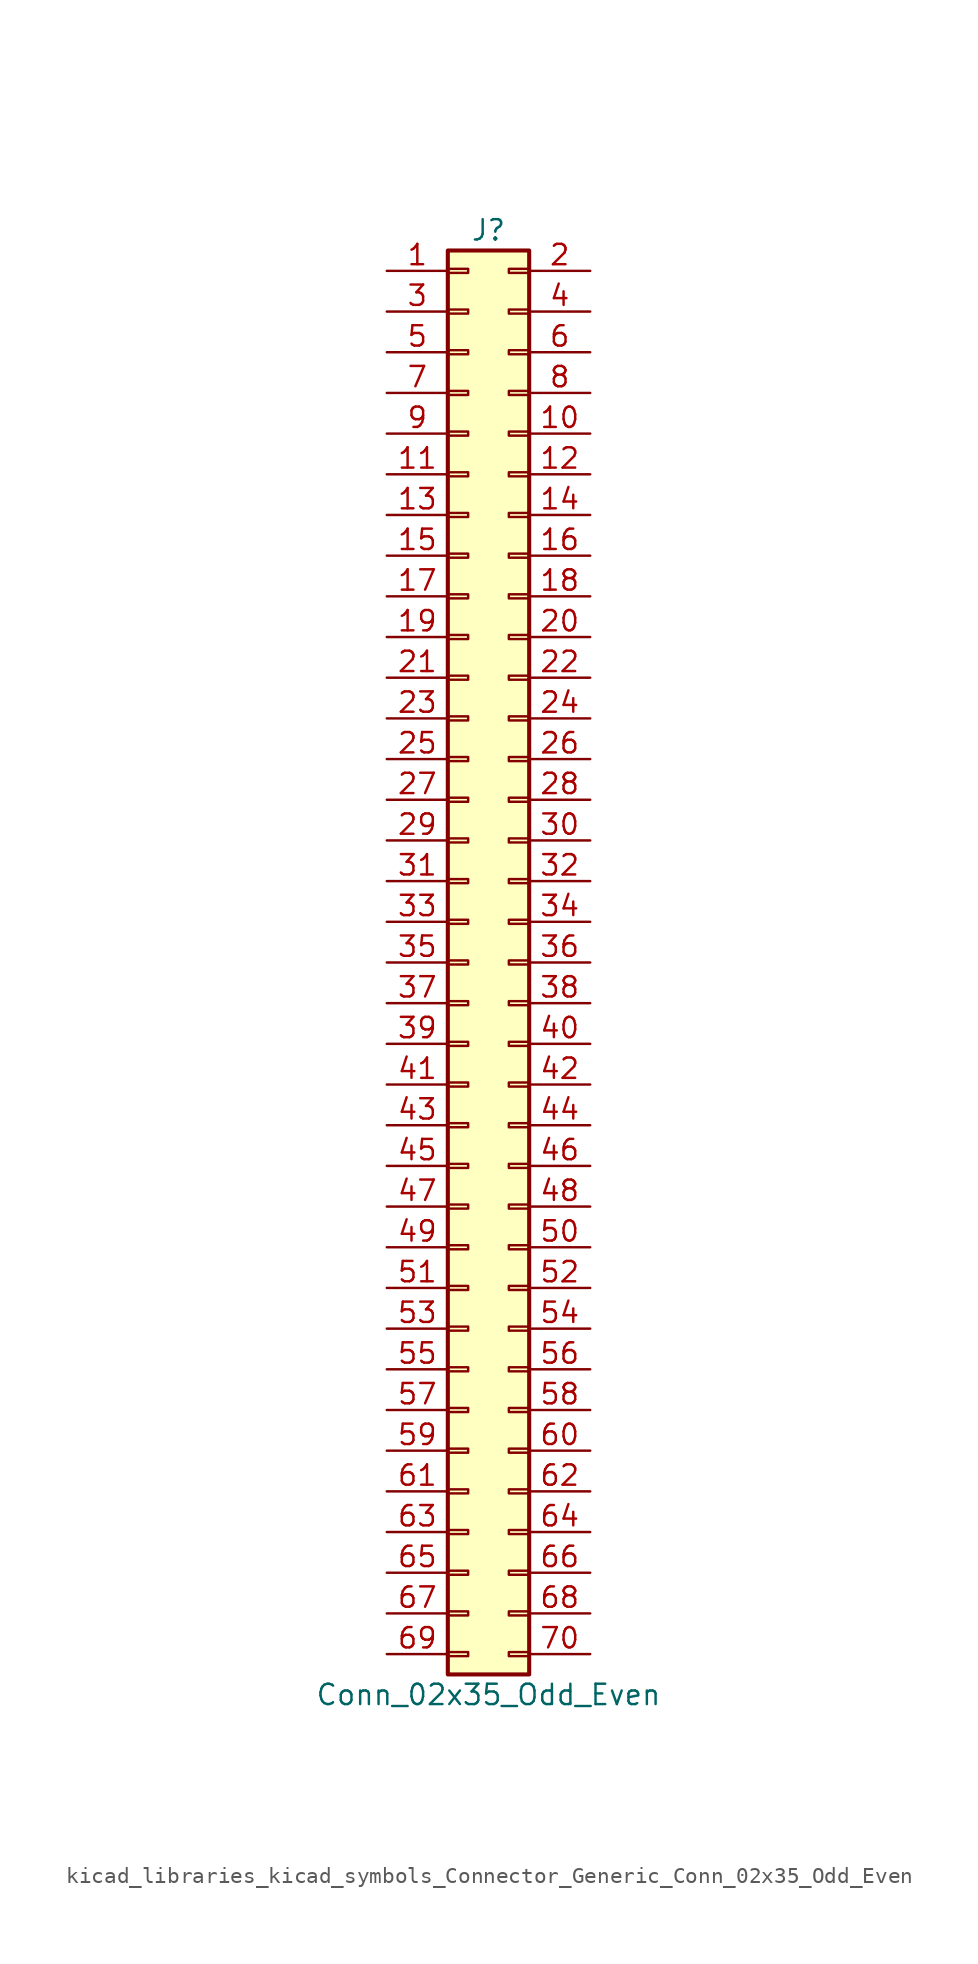
<source format=kicad_sym>
(kicad_symbol_lib
  (version 20220914)
  (generator kicad_symbol_editor)
  (symbol "kicad_libraries_kicad_symbols_Connector_Generic_Conn_02x35_Odd_Even"
    (pin_names
      (offset 1.016) hide)
    (property "Reference" "J"
      (at 1.27 45.72 0)
      (effects (font (size 1.27 1.27))))
    (property "Value" "Conn_02x35_Odd_Even"
      (at 1.27 -45.72 0)
      (effects (font (size 1.27 1.27))))
    (symbol "kicad_libraries_kicad_symbols_Connector_Generic_Conn_02x35_Odd_Even_1_1"
      (rectangle (start -1.27 -43.053) (end 0 -43.307) (stroke (width 0.152) (type default)) (fill (type none)))
      (rectangle (start -1.27 -40.513) (end 0 -40.767) (stroke (width 0.152) (type default)) (fill (type none)))
      (rectangle (start -1.27 -37.973) (end 0 -38.227) (stroke (width 0.152) (type default)) (fill (type none)))
      (rectangle (start -1.27 -35.433) (end 0 -35.687) (stroke (width 0.152) (type default)) (fill (type none)))
      (rectangle (start -1.27 -32.893) (end 0 -33.147) (stroke (width 0.152) (type default)) (fill (type none)))
      (rectangle (start -1.27 -30.353) (end 0 -30.607) (stroke (width 0.152) (type default)) (fill (type none)))
      (rectangle (start -1.27 -27.813) (end 0 -28.067) (stroke (width 0.152) (type default)) (fill (type none)))
      (rectangle (start -1.27 -25.273) (end 0 -25.527) (stroke (width 0.152) (type default)) (fill (type none)))
      (rectangle (start -1.27 -22.733) (end 0 -22.987) (stroke (width 0.152) (type default)) (fill (type none)))
      (rectangle (start -1.27 -20.193) (end 0 -20.447) (stroke (width 0.152) (type default)) (fill (type none)))
      (rectangle (start -1.27 -17.653) (end 0 -17.907) (stroke (width 0.152) (type default)) (fill (type none)))
      (rectangle (start -1.27 -15.113) (end 0 -15.367) (stroke (width 0.152) (type default)) (fill (type none)))
      (rectangle (start -1.27 -12.573) (end 0 -12.827) (stroke (width 0.152) (type default)) (fill (type none)))
      (rectangle (start -1.27 -10.033) (end 0 -10.287) (stroke (width 0.152) (type default)) (fill (type none)))
      (rectangle (start -1.27 -7.493) (end 0 -7.747) (stroke (width 0.152) (type default)) (fill (type none)))
      (rectangle (start -1.27 -4.953) (end 0 -5.207) (stroke (width 0.152) (type default)) (fill (type none)))
      (rectangle (start -1.27 -2.413) (end 0 -2.667) (stroke (width 0.152) (type default)) (fill (type none)))
      (rectangle (start -1.27 0.127) (end 0 -0.127) (stroke (width 0.152) (type default)) (fill (type none)))
      (rectangle (start -1.27 2.667) (end 0 2.413) (stroke (width 0.152) (type default)) (fill (type none)))
      (rectangle (start -1.27 5.207) (end 0 4.953) (stroke (width 0.152) (type default)) (fill (type none)))
      (rectangle (start -1.27 7.747) (end 0 7.493) (stroke (width 0.152) (type default)) (fill (type none)))
      (rectangle (start -1.27 10.287) (end 0 10.033) (stroke (width 0.152) (type default)) (fill (type none)))
      (rectangle (start -1.27 12.827) (end 0 12.573) (stroke (width 0.152) (type default)) (fill (type none)))
      (rectangle (start -1.27 15.367) (end 0 15.113) (stroke (width 0.152) (type default)) (fill (type none)))
      (rectangle (start -1.27 17.907) (end 0 17.653) (stroke (width 0.152) (type default)) (fill (type none)))
      (rectangle (start -1.27 20.447) (end 0 20.193) (stroke (width 0.152) (type default)) (fill (type none)))
      (rectangle (start -1.27 22.987) (end 0 22.733) (stroke (width 0.152) (type default)) (fill (type none)))
      (rectangle (start -1.27 25.527) (end 0 25.273) (stroke (width 0.152) (type default)) (fill (type none)))
      (rectangle (start -1.27 28.067) (end 0 27.813) (stroke (width 0.152) (type default)) (fill (type none)))
      (rectangle (start -1.27 30.607) (end 0 30.353) (stroke (width 0.152) (type default)) (fill (type none)))
      (rectangle (start -1.27 33.147) (end 0 32.893) (stroke (width 0.152) (type default)) (fill (type none)))
      (rectangle (start -1.27 35.687) (end 0 35.433) (stroke (width 0.152) (type default)) (fill (type none)))
      (rectangle (start -1.27 38.227) (end 0 37.973) (stroke (width 0.152) (type default)) (fill (type none)))
      (rectangle (start -1.27 40.767) (end 0 40.513) (stroke (width 0.152) (type default)) (fill (type none)))
      (rectangle (start -1.27 43.307) (end 0 43.053) (stroke (width 0.152) (type default)) (fill (type none)))
      (rectangle (start -1.27 44.45) (end 3.81 -44.45) (stroke (width 0.254) (type default)) (fill (type background)))
      (rectangle (start 3.81 -43.053) (end 2.54 -43.307) (stroke (width 0.152) (type default)) (fill (type none)))
      (rectangle (start 3.81 -40.513) (end 2.54 -40.767) (stroke (width 0.152) (type default)) (fill (type none)))
      (rectangle (start 3.81 -37.973) (end 2.54 -38.227) (stroke (width 0.152) (type default)) (fill (type none)))
      (rectangle (start 3.81 -35.433) (end 2.54 -35.687) (stroke (width 0.152) (type default)) (fill (type none)))
      (rectangle (start 3.81 -32.893) (end 2.54 -33.147) (stroke (width 0.152) (type default)) (fill (type none)))
      (rectangle (start 3.81 -30.353) (end 2.54 -30.607) (stroke (width 0.152) (type default)) (fill (type none)))
      (rectangle (start 3.81 -27.813) (end 2.54 -28.067) (stroke (width 0.152) (type default)) (fill (type none)))
      (rectangle (start 3.81 -25.273) (end 2.54 -25.527) (stroke (width 0.152) (type default)) (fill (type none)))
      (rectangle (start 3.81 -22.733) (end 2.54 -22.987) (stroke (width 0.152) (type default)) (fill (type none)))
      (rectangle (start 3.81 -20.193) (end 2.54 -20.447) (stroke (width 0.152) (type default)) (fill (type none)))
      (rectangle (start 3.81 -17.653) (end 2.54 -17.907) (stroke (width 0.152) (type default)) (fill (type none)))
      (rectangle (start 3.81 -15.113) (end 2.54 -15.367) (stroke (width 0.152) (type default)) (fill (type none)))
      (rectangle (start 3.81 -12.573) (end 2.54 -12.827) (stroke (width 0.152) (type default)) (fill (type none)))
      (rectangle (start 3.81 -10.033) (end 2.54 -10.287) (stroke (width 0.152) (type default)) (fill (type none)))
      (rectangle (start 3.81 -7.493) (end 2.54 -7.747) (stroke (width 0.152) (type default)) (fill (type none)))
      (rectangle (start 3.81 -4.953) (end 2.54 -5.207) (stroke (width 0.152) (type default)) (fill (type none)))
      (rectangle (start 3.81 -2.413) (end 2.54 -2.667) (stroke (width 0.152) (type default)) (fill (type none)))
      (rectangle (start 3.81 0.127) (end 2.54 -0.127) (stroke (width 0.152) (type default)) (fill (type none)))
      (rectangle (start 3.81 2.667) (end 2.54 2.413) (stroke (width 0.152) (type default)) (fill (type none)))
      (rectangle (start 3.81 5.207) (end 2.54 4.953) (stroke (width 0.152) (type default)) (fill (type none)))
      (rectangle (start 3.81 7.747) (end 2.54 7.493) (stroke (width 0.152) (type default)) (fill (type none)))
      (rectangle (start 3.81 10.287) (end 2.54 10.033) (stroke (width 0.152) (type default)) (fill (type none)))
      (rectangle (start 3.81 12.827) (end 2.54 12.573) (stroke (width 0.152) (type default)) (fill (type none)))
      (rectangle (start 3.81 15.367) (end 2.54 15.113) (stroke (width 0.152) (type default)) (fill (type none)))
      (rectangle (start 3.81 17.907) (end 2.54 17.653) (stroke (width 0.152) (type default)) (fill (type none)))
      (rectangle (start 3.81 20.447) (end 2.54 20.193) (stroke (width 0.152) (type default)) (fill (type none)))
      (rectangle (start 3.81 22.987) (end 2.54 22.733) (stroke (width 0.152) (type default)) (fill (type none)))
      (rectangle (start 3.81 25.527) (end 2.54 25.273) (stroke (width 0.152) (type default)) (fill (type none)))
      (rectangle (start 3.81 28.067) (end 2.54 27.813) (stroke (width 0.152) (type default)) (fill (type none)))
      (rectangle (start 3.81 30.607) (end 2.54 30.353) (stroke (width 0.152) (type default)) (fill (type none)))
      (rectangle (start 3.81 33.147) (end 2.54 32.893) (stroke (width 0.152) (type default)) (fill (type none)))
      (rectangle (start 3.81 35.687) (end 2.54 35.433) (stroke (width 0.152) (type default)) (fill (type none)))
      (rectangle (start 3.81 38.227) (end 2.54 37.973) (stroke (width 0.152) (type default)) (fill (type none)))
      (rectangle (start 3.81 40.767) (end 2.54 40.513) (stroke (width 0.152) (type default)) (fill (type none)))
      (rectangle (start 3.81 43.307) (end 2.54 43.053) (stroke (width 0.152) (type default)) (fill (type none)))
      (pin passive line (at -5.08 43.18 0) (length 3.81) (name "Pin_1" (effects (font (size 1.27 1.27)))) (number "1" (effects (font (size 1.27 1.27)))))
      (pin passive line (at 7.62 33.02 180) (length 3.81) (name "Pin_10" (effects (font (size 1.27 1.27)))) (number "10" (effects (font (size 1.27 1.27)))))
      (pin passive line (at -5.08 30.48 0) (length 3.81) (name "Pin_11" (effects (font (size 1.27 1.27)))) (number "11" (effects (font (size 1.27 1.27)))))
      (pin passive line (at 7.62 30.48 180) (length 3.81) (name "Pin_12" (effects (font (size 1.27 1.27)))) (number "12" (effects (font (size 1.27 1.27)))))
      (pin passive line (at -5.08 27.94 0) (length 3.81) (name "Pin_13" (effects (font (size 1.27 1.27)))) (number "13" (effects (font (size 1.27 1.27)))))
      (pin passive line (at 7.62 27.94 180) (length 3.81) (name "Pin_14" (effects (font (size 1.27 1.27)))) (number "14" (effects (font (size 1.27 1.27)))))
      (pin passive line (at -5.08 25.4 0) (length 3.81) (name "Pin_15" (effects (font (size 1.27 1.27)))) (number "15" (effects (font (size 1.27 1.27)))))
      (pin passive line (at 7.62 25.4 180) (length 3.81) (name "Pin_16" (effects (font (size 1.27 1.27)))) (number "16" (effects (font (size 1.27 1.27)))))
      (pin passive line (at -5.08 22.86 0) (length 3.81) (name "Pin_17" (effects (font (size 1.27 1.27)))) (number "17" (effects (font (size 1.27 1.27)))))
      (pin passive line (at 7.62 22.86 180) (length 3.81) (name "Pin_18" (effects (font (size 1.27 1.27)))) (number "18" (effects (font (size 1.27 1.27)))))
      (pin passive line (at -5.08 20.32 0) (length 3.81) (name "Pin_19" (effects (font (size 1.27 1.27)))) (number "19" (effects (font (size 1.27 1.27)))))
      (pin passive line (at 7.62 43.18 180) (length 3.81) (name "Pin_2" (effects (font (size 1.27 1.27)))) (number "2" (effects (font (size 1.27 1.27)))))
      (pin passive line (at 7.62 20.32 180) (length 3.81) (name "Pin_20" (effects (font (size 1.27 1.27)))) (number "20" (effects (font (size 1.27 1.27)))))
      (pin passive line (at -5.08 17.78 0) (length 3.81) (name "Pin_21" (effects (font (size 1.27 1.27)))) (number "21" (effects (font (size 1.27 1.27)))))
      (pin passive line (at 7.62 17.78 180) (length 3.81) (name "Pin_22" (effects (font (size 1.27 1.27)))) (number "22" (effects (font (size 1.27 1.27)))))
      (pin passive line (at -5.08 15.24 0) (length 3.81) (name "Pin_23" (effects (font (size 1.27 1.27)))) (number "23" (effects (font (size 1.27 1.27)))))
      (pin passive line (at 7.62 15.24 180) (length 3.81) (name "Pin_24" (effects (font (size 1.27 1.27)))) (number "24" (effects (font (size 1.27 1.27)))))
      (pin passive line (at -5.08 12.7 0) (length 3.81) (name "Pin_25" (effects (font (size 1.27 1.27)))) (number "25" (effects (font (size 1.27 1.27)))))
      (pin passive line (at 7.62 12.7 180) (length 3.81) (name "Pin_26" (effects (font (size 1.27 1.27)))) (number "26" (effects (font (size 1.27 1.27)))))
      (pin passive line (at -5.08 10.16 0) (length 3.81) (name "Pin_27" (effects (font (size 1.27 1.27)))) (number "27" (effects (font (size 1.27 1.27)))))
      (pin passive line (at 7.62 10.16 180) (length 3.81) (name "Pin_28" (effects (font (size 1.27 1.27)))) (number "28" (effects (font (size 1.27 1.27)))))
      (pin passive line (at -5.08 7.62 0) (length 3.81) (name "Pin_29" (effects (font (size 1.27 1.27)))) (number "29" (effects (font (size 1.27 1.27)))))
      (pin passive line (at -5.08 40.64 0) (length 3.81) (name "Pin_3" (effects (font (size 1.27 1.27)))) (number "3" (effects (font (size 1.27 1.27)))))
      (pin passive line (at 7.62 7.62 180) (length 3.81) (name "Pin_30" (effects (font (size 1.27 1.27)))) (number "30" (effects (font (size 1.27 1.27)))))
      (pin passive line (at -5.08 5.08 0) (length 3.81) (name "Pin_31" (effects (font (size 1.27 1.27)))) (number "31" (effects (font (size 1.27 1.27)))))
      (pin passive line (at 7.62 5.08 180) (length 3.81) (name "Pin_32" (effects (font (size 1.27 1.27)))) (number "32" (effects (font (size 1.27 1.27)))))
      (pin passive line (at -5.08 2.54 0) (length 3.81) (name "Pin_33" (effects (font (size 1.27 1.27)))) (number "33" (effects (font (size 1.27 1.27)))))
      (pin passive line (at 7.62 2.54 180) (length 3.81) (name "Pin_34" (effects (font (size 1.27 1.27)))) (number "34" (effects (font (size 1.27 1.27)))))
      (pin passive line (at -5.08 0 0) (length 3.81) (name "Pin_35" (effects (font (size 1.27 1.27)))) (number "35" (effects (font (size 1.27 1.27)))))
      (pin passive line (at 7.62 0 180) (length 3.81) (name "Pin_36" (effects (font (size 1.27 1.27)))) (number "36" (effects (font (size 1.27 1.27)))))
      (pin passive line (at -5.08 -2.54 0) (length 3.81) (name "Pin_37" (effects (font (size 1.27 1.27)))) (number "37" (effects (font (size 1.27 1.27)))))
      (pin passive line (at 7.62 -2.54 180) (length 3.81) (name "Pin_38" (effects (font (size 1.27 1.27)))) (number "38" (effects (font (size 1.27 1.27)))))
      (pin passive line (at -5.08 -5.08 0) (length 3.81) (name "Pin_39" (effects (font (size 1.27 1.27)))) (number "39" (effects (font (size 1.27 1.27)))))
      (pin passive line (at 7.62 40.64 180) (length 3.81) (name "Pin_4" (effects (font (size 1.27 1.27)))) (number "4" (effects (font (size 1.27 1.27)))))
      (pin passive line (at 7.62 -5.08 180) (length 3.81) (name "Pin_40" (effects (font (size 1.27 1.27)))) (number "40" (effects (font (size 1.27 1.27)))))
      (pin passive line (at -5.08 -7.62 0) (length 3.81) (name "Pin_41" (effects (font (size 1.27 1.27)))) (number "41" (effects (font (size 1.27 1.27)))))
      (pin passive line (at 7.62 -7.62 180) (length 3.81) (name "Pin_42" (effects (font (size 1.27 1.27)))) (number "42" (effects (font (size 1.27 1.27)))))
      (pin passive line (at -5.08 -10.16 0) (length 3.81) (name "Pin_43" (effects (font (size 1.27 1.27)))) (number "43" (effects (font (size 1.27 1.27)))))
      (pin passive line (at 7.62 -10.16 180) (length 3.81) (name "Pin_44" (effects (font (size 1.27 1.27)))) (number "44" (effects (font (size 1.27 1.27)))))
      (pin passive line (at -5.08 -12.7 0) (length 3.81) (name "Pin_45" (effects (font (size 1.27 1.27)))) (number "45" (effects (font (size 1.27 1.27)))))
      (pin passive line (at 7.62 -12.7 180) (length 3.81) (name "Pin_46" (effects (font (size 1.27 1.27)))) (number "46" (effects (font (size 1.27 1.27)))))
      (pin passive line (at -5.08 -15.24 0) (length 3.81) (name "Pin_47" (effects (font (size 1.27 1.27)))) (number "47" (effects (font (size 1.27 1.27)))))
      (pin passive line (at 7.62 -15.24 180) (length 3.81) (name "Pin_48" (effects (font (size 1.27 1.27)))) (number "48" (effects (font (size 1.27 1.27)))))
      (pin passive line (at -5.08 -17.78 0) (length 3.81) (name "Pin_49" (effects (font (size 1.27 1.27)))) (number "49" (effects (font (size 1.27 1.27)))))
      (pin passive line (at -5.08 38.1 0) (length 3.81) (name "Pin_5" (effects (font (size 1.27 1.27)))) (number "5" (effects (font (size 1.27 1.27)))))
      (pin passive line (at 7.62 -17.78 180) (length 3.81) (name "Pin_50" (effects (font (size 1.27 1.27)))) (number "50" (effects (font (size 1.27 1.27)))))
      (pin passive line (at -5.08 -20.32 0) (length 3.81) (name "Pin_51" (effects (font (size 1.27 1.27)))) (number "51" (effects (font (size 1.27 1.27)))))
      (pin passive line (at 7.62 -20.32 180) (length 3.81) (name "Pin_52" (effects (font (size 1.27 1.27)))) (number "52" (effects (font (size 1.27 1.27)))))
      (pin passive line (at -5.08 -22.86 0) (length 3.81) (name "Pin_53" (effects (font (size 1.27 1.27)))) (number "53" (effects (font (size 1.27 1.27)))))
      (pin passive line (at 7.62 -22.86 180) (length 3.81) (name "Pin_54" (effects (font (size 1.27 1.27)))) (number "54" (effects (font (size 1.27 1.27)))))
      (pin passive line (at -5.08 -25.4 0) (length 3.81) (name "Pin_55" (effects (font (size 1.27 1.27)))) (number "55" (effects (font (size 1.27 1.27)))))
      (pin passive line (at 7.62 -25.4 180) (length 3.81) (name "Pin_56" (effects (font (size 1.27 1.27)))) (number "56" (effects (font (size 1.27 1.27)))))
      (pin passive line (at -5.08 -27.94 0) (length 3.81) (name "Pin_57" (effects (font (size 1.27 1.27)))) (number "57" (effects (font (size 1.27 1.27)))))
      (pin passive line (at 7.62 -27.94 180) (length 3.81) (name "Pin_58" (effects (font (size 1.27 1.27)))) (number "58" (effects (font (size 1.27 1.27)))))
      (pin passive line (at -5.08 -30.48 0) (length 3.81) (name "Pin_59" (effects (font (size 1.27 1.27)))) (number "59" (effects (font (size 1.27 1.27)))))
      (pin passive line (at 7.62 38.1 180) (length 3.81) (name "Pin_6" (effects (font (size 1.27 1.27)))) (number "6" (effects (font (size 1.27 1.27)))))
      (pin passive line (at 7.62 -30.48 180) (length 3.81) (name "Pin_60" (effects (font (size 1.27 1.27)))) (number "60" (effects (font (size 1.27 1.27)))))
      (pin passive line (at -5.08 -33.02 0) (length 3.81) (name "Pin_61" (effects (font (size 1.27 1.27)))) (number "61" (effects (font (size 1.27 1.27)))))
      (pin passive line (at 7.62 -33.02 180) (length 3.81) (name "Pin_62" (effects (font (size 1.27 1.27)))) (number "62" (effects (font (size 1.27 1.27)))))
      (pin passive line (at -5.08 -35.56 0) (length 3.81) (name "Pin_63" (effects (font (size 1.27 1.27)))) (number "63" (effects (font (size 1.27 1.27)))))
      (pin passive line (at 7.62 -35.56 180) (length 3.81) (name "Pin_64" (effects (font (size 1.27 1.27)))) (number "64" (effects (font (size 1.27 1.27)))))
      (pin passive line (at -5.08 -38.1 0) (length 3.81) (name "Pin_65" (effects (font (size 1.27 1.27)))) (number "65" (effects (font (size 1.27 1.27)))))
      (pin passive line (at 7.62 -38.1 180) (length 3.81) (name "Pin_66" (effects (font (size 1.27 1.27)))) (number "66" (effects (font (size 1.27 1.27)))))
      (pin passive line (at -5.08 -40.64 0) (length 3.81) (name "Pin_67" (effects (font (size 1.27 1.27)))) (number "67" (effects (font (size 1.27 1.27)))))
      (pin passive line (at 7.62 -40.64 180) (length 3.81) (name "Pin_68" (effects (font (size 1.27 1.27)))) (number "68" (effects (font (size 1.27 1.27)))))
      (pin passive line (at -5.08 -43.18 0) (length 3.81) (name "Pin_69" (effects (font (size 1.27 1.27)))) (number "69" (effects (font (size 1.27 1.27)))))
      (pin passive line (at -5.08 35.56 0) (length 3.81) (name "Pin_7" (effects (font (size 1.27 1.27)))) (number "7" (effects (font (size 1.27 1.27)))))
      (pin passive line (at 7.62 -43.18 180) (length 3.81) (name "Pin_70" (effects (font (size 1.27 1.27)))) (number "70" (effects (font (size 1.27 1.27)))))
      (pin passive line (at 7.62 35.56 180) (length 3.81) (name "Pin_8" (effects (font (size 1.27 1.27)))) (number "8" (effects (font (size 1.27 1.27)))))
      (pin passive line (at -5.08 33.02 0) (length 3.81) (name "Pin_9" (effects (font (size 1.27 1.27)))) (number "9" (effects (font (size 1.27 1.27))))))))
</source>
